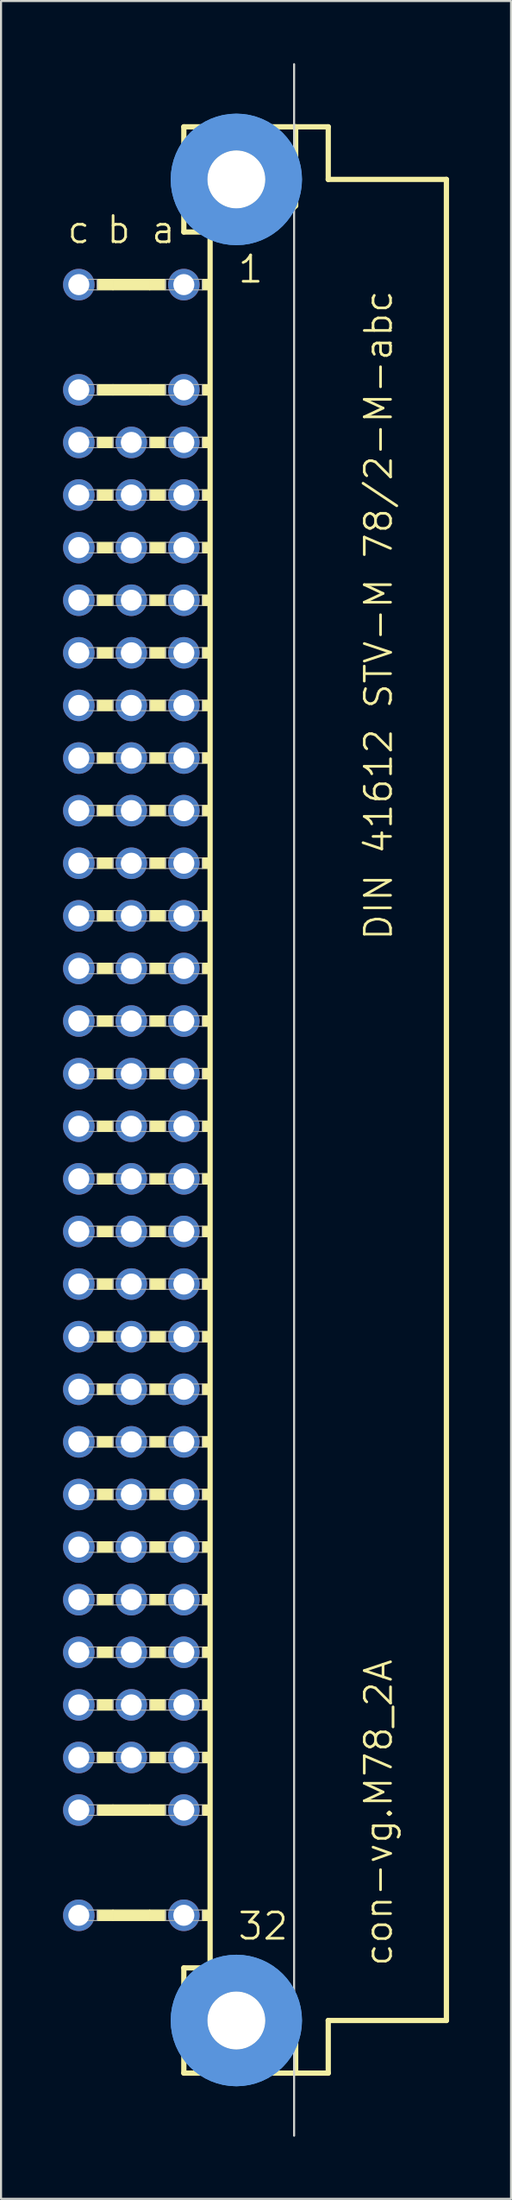
<source format=kicad_pcb>
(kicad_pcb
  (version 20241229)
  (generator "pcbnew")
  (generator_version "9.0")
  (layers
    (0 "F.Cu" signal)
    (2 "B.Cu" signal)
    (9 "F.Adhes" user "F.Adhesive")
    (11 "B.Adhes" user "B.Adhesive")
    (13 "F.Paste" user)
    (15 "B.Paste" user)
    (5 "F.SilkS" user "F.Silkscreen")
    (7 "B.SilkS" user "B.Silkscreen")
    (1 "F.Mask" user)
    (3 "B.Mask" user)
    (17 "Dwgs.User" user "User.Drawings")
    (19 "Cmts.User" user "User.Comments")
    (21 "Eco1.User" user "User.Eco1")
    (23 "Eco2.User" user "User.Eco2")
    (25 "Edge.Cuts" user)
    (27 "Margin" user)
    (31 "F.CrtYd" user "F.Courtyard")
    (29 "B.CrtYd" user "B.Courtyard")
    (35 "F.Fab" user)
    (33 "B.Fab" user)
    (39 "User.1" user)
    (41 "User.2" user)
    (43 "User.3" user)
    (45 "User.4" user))
  (footprint "con-vg.M78_2A"
    (layer "F.Cu")
    (at 8.382 50.063)
    (property "Reference" "con-vg.M78_2A" (at 7.62 41.91 90) (layer "F.SilkS") (effects (font (size 1.27 1.27) (thickness 0.13)) (justify left bottom)))
    (attr through_hole)
    (fp_line (start -2.54 -46.99) (end -2.54 -41.91) (stroke (width 0.254) (type default)) (layer "F.SilkS"))
    (fp_line (start -2.54 -41.91) (end -1.27 -41.91) (stroke (width 0.254) (type default)) (layer "F.SilkS"))
    (fp_line (start -2.54 41.91) (end -2.54 46.99) (stroke (width 0.254) (type default)) (layer "F.SilkS"))
    (fp_line (start -2.54 41.91) (end -1.27 41.91) (stroke (width 0.254) (type default)) (layer "F.SilkS"))
    (fp_line (start -2.54 46.99) (end 2.87 46.99) (stroke (width 0.254) (type default)) (layer "F.SilkS"))
    (fp_line (start -1.27 -41.91) (end -1.27 41.91) (stroke (width 0.254) (type default)) (layer "F.SilkS"))
    (fp_line (start -1.27 -41.91) (end 1.6 -41.91) (stroke (width 0.254) (type default)) (layer "F.SilkS"))
    (fp_line (start -1.27 41.91) (end 1.27 41.91) (stroke (width 0.254) (type default)) (layer "F.SilkS"))
    (fp_line (start 1.6 -41.91) (end 2.87 -43.18) (stroke (width 0.254) (type default)) (layer "F.SilkS"))
    (fp_line (start 2.87 -46.99) (end -2.54 -46.99) (stroke (width 0.254) (type default)) (layer "F.SilkS"))
    (fp_line (start 2.87 -43.18) (end 2.87 -46.99) (stroke (width 0.254) (type default)) (layer "F.SilkS"))
    (fp_line (start 2.87 43.51) (end 1.27 41.91) (stroke (width 0.254) (type default)) (layer "F.SilkS"))
    (fp_line (start 2.87 43.51) (end 2.87 46.99) (stroke (width 0.254) (type default)) (layer "F.SilkS"))
    (fp_line (start 2.87 46.99) (end 4.445 46.99) (stroke (width 0.254) (type default)) (layer "F.SilkS"))
    (fp_line (start 4.445 -46.99) (end 2.87 -46.99) (stroke (width 0.254) (type default)) (layer "F.SilkS"))
    (fp_line (start 4.445 -44.45) (end 4.445 -46.99) (stroke (width 0.254) (type default)) (layer "F.SilkS"))
    (fp_line (start 4.445 44.45) (end 10.16 44.45) (stroke (width 0.254) (type default)) (layer "F.SilkS"))
    (fp_line (start 4.445 46.99) (end 4.445 44.45) (stroke (width 0.254) (type default)) (layer "F.SilkS"))
    (fp_line (start 10.16 -44.45) (end 4.445 -44.45) (stroke (width 0.254) (type default)) (layer "F.SilkS"))
    (fp_line (start 10.16 44.45) (end 10.16 -44.45) (stroke (width 0.254) (type default)) (layer "F.SilkS"))
    (fp_rect (start -6.731 -39.116) (end -5.969 -39.624) (stroke (width 0.05) (type default)) (fill yes) (layer "F.SilkS"))
    (fp_rect (start -6.731 -34.036) (end -5.969 -34.544) (stroke (width 0.05) (type default)) (fill yes) (layer "F.SilkS"))
    (fp_rect (start -6.731 -31.496) (end -5.969 -32.004) (stroke (width 0.05) (type default)) (fill yes) (layer "F.SilkS"))
    (fp_rect (start -6.731 -28.956) (end -5.969 -29.464) (stroke (width 0.05) (type default)) (fill yes) (layer "F.SilkS"))
    (fp_rect (start -6.731 -26.416) (end -5.969 -26.924) (stroke (width 0.05) (type default)) (fill yes) (layer "F.SilkS"))
    (fp_rect (start -6.731 -23.876) (end -5.969 -24.384) (stroke (width 0.05) (type default)) (fill yes) (layer "F.SilkS"))
    (fp_rect (start -6.731 -21.336) (end -5.969 -21.844) (stroke (width 0.05) (type default)) (fill yes) (layer "F.SilkS"))
    (fp_rect (start -6.731 -18.796) (end -5.969 -19.304) (stroke (width 0.05) (type default)) (fill yes) (layer "F.SilkS"))
    (fp_rect (start -6.731 -16.256) (end -5.969 -16.764) (stroke (width 0.05) (type default)) (fill yes) (layer "F.SilkS"))
    (fp_rect (start -6.731 -13.716) (end -5.969 -14.224) (stroke (width 0.05) (type default)) (fill yes) (layer "F.SilkS"))
    (fp_rect (start -6.731 -11.176) (end -5.969 -11.684) (stroke (width 0.05) (type default)) (fill yes) (layer "F.SilkS"))
    (fp_rect (start -6.731 -8.636) (end -5.969 -9.144) (stroke (width 0.05) (type default)) (fill yes) (layer "F.SilkS"))
    (fp_rect (start -6.731 -6.096) (end -5.969 -6.604) (stroke (width 0.05) (type default)) (fill yes) (layer "F.SilkS"))
    (fp_rect (start -6.731 -3.556) (end -5.969 -4.064) (stroke (width 0.05) (type default)) (fill yes) (layer "F.SilkS"))
    (fp_rect (start -6.731 -1.016) (end -5.969 -1.524) (stroke (width 0.05) (type default)) (fill yes) (layer "F.SilkS"))
    (fp_rect (start -6.731 1.524) (end -5.969 1.016) (stroke (width 0.05) (type default)) (fill yes) (layer "F.SilkS"))
    (fp_rect (start -6.731 4.064) (end -5.969 3.556) (stroke (width 0.05) (type default)) (fill yes) (layer "F.SilkS"))
    (fp_rect (start -6.731 6.604) (end -5.969 6.096) (stroke (width 0.05) (type default)) (fill yes) (layer "F.SilkS"))
    (fp_rect (start -6.731 9.144) (end -5.969 8.636) (stroke (width 0.05) (type default)) (fill yes) (layer "F.SilkS"))
    (fp_rect (start -6.731 11.684) (end -5.969 11.176) (stroke (width 0.05) (type default)) (fill yes) (layer "F.SilkS"))
    (fp_rect (start -6.731 14.224) (end -5.969 13.716) (stroke (width 0.05) (type default)) (fill yes) (layer "F.SilkS"))
    (fp_rect (start -6.731 16.764) (end -5.969 16.256) (stroke (width 0.05) (type default)) (fill yes) (layer "F.SilkS"))
    (fp_rect (start -6.731 19.304) (end -5.969 18.796) (stroke (width 0.05) (type default)) (fill yes) (layer "F.SilkS"))
    (fp_rect (start -6.731 21.844) (end -5.969 21.336) (stroke (width 0.05) (type default)) (fill yes) (layer "F.SilkS"))
    (fp_rect (start -6.731 24.384) (end -5.969 23.876) (stroke (width 0.05) (type default)) (fill yes) (layer "F.SilkS"))
    (fp_rect (start -6.731 26.924) (end -5.969 26.416) (stroke (width 0.05) (type default)) (fill yes) (layer "F.SilkS"))
    (fp_rect (start -6.731 29.464) (end -5.969 28.956) (stroke (width 0.05) (type default)) (fill yes) (layer "F.SilkS"))
    (fp_rect (start -6.731 32.004) (end -5.969 31.496) (stroke (width 0.05) (type default)) (fill yes) (layer "F.SilkS"))
    (fp_rect (start -6.731 34.544) (end -5.969 34.036) (stroke (width 0.05) (type default)) (fill yes) (layer "F.SilkS"))
    (fp_rect (start -6.731 39.624) (end -5.969 39.116) (stroke (width 0.05) (type default)) (fill yes) (layer "F.SilkS"))
    (fp_rect (start -5.969 -39.116) (end -4.191 -39.624) (stroke (width 0.05) (type default)) (fill yes) (layer "F.SilkS"))
    (fp_rect (start -5.969 -34.036) (end -4.191 -34.544) (stroke (width 0.05) (type default)) (fill yes) (layer "F.SilkS"))
    (fp_rect (start -5.969 34.544) (end -4.191 34.036) (stroke (width 0.05) (type default)) (fill yes) (layer "F.SilkS"))
    (fp_rect (start -5.969 39.624) (end -4.191 39.116) (stroke (width 0.05) (type default)) (fill yes) (layer "F.SilkS"))
    (fp_rect (start -4.191 -39.116) (end -3.429 -39.624) (stroke (width 0.05) (type default)) (fill yes) (layer "F.SilkS"))
    (fp_rect (start -4.191 -34.036) (end -3.429 -34.544) (stroke (width 0.05) (type default)) (fill yes) (layer "F.SilkS"))
    (fp_rect (start -4.191 -31.496) (end -3.429 -32.004) (stroke (width 0.05) (type default)) (fill yes) (layer "F.SilkS"))
    (fp_rect (start -4.191 -28.956) (end -3.429 -29.464) (stroke (width 0.05) (type default)) (fill yes) (layer "F.SilkS"))
    (fp_rect (start -4.191 -26.416) (end -3.429 -26.924) (stroke (width 0.05) (type default)) (fill yes) (layer "F.SilkS"))
    (fp_rect (start -4.191 -23.876) (end -3.429 -24.384) (stroke (width 0.05) (type default)) (fill yes) (layer "F.SilkS"))
    (fp_rect (start -4.191 -21.336) (end -3.429 -21.844) (stroke (width 0.05) (type default)) (fill yes) (layer "F.SilkS"))
    (fp_rect (start -4.191 -18.796) (end -3.429 -19.304) (stroke (width 0.05) (type default)) (fill yes) (layer "F.SilkS"))
    (fp_rect (start -4.191 -16.256) (end -3.429 -16.764) (stroke (width 0.05) (type default)) (fill yes) (layer "F.SilkS"))
    (fp_rect (start -4.191 -13.716) (end -3.429 -14.224) (stroke (width 0.05) (type default)) (fill yes) (layer "F.SilkS"))
    (fp_rect (start -4.191 -11.176) (end -3.429 -11.684) (stroke (width 0.05) (type default)) (fill yes) (layer "F.SilkS"))
    (fp_rect (start -4.191 -8.636) (end -3.429 -9.144) (stroke (width 0.05) (type default)) (fill yes) (layer "F.SilkS"))
    (fp_rect (start -4.191 -6.096) (end -3.429 -6.604) (stroke (width 0.05) (type default)) (fill yes) (layer "F.SilkS"))
    (fp_rect (start -4.191 -3.556) (end -3.429 -4.064) (stroke (width 0.05) (type default)) (fill yes) (layer "F.SilkS"))
    (fp_rect (start -4.191 -1.016) (end -3.429 -1.524) (stroke (width 0.05) (type default)) (fill yes) (layer "F.SilkS"))
    (fp_rect (start -4.191 1.524) (end -3.429 1.016) (stroke (width 0.05) (type default)) (fill yes) (layer "F.SilkS"))
    (fp_rect (start -4.191 4.064) (end -3.429 3.556) (stroke (width 0.05) (type default)) (fill yes) (layer "F.SilkS"))
    (fp_rect (start -4.191 6.604) (end -3.429 6.096) (stroke (width 0.05) (type default)) (fill yes) (layer "F.SilkS"))
    (fp_rect (start -4.191 9.144) (end -3.429 8.636) (stroke (width 0.05) (type default)) (fill yes) (layer "F.SilkS"))
    (fp_rect (start -4.191 11.684) (end -3.429 11.176) (stroke (width 0.05) (type default)) (fill yes) (layer "F.SilkS"))
    (fp_rect (start -4.191 14.224) (end -3.429 13.716) (stroke (width 0.05) (type default)) (fill yes) (layer "F.SilkS"))
    (fp_rect (start -4.191 16.764) (end -3.429 16.256) (stroke (width 0.05) (type default)) (fill yes) (layer "F.SilkS"))
    (fp_rect (start -4.191 19.304) (end -3.429 18.796) (stroke (width 0.05) (type default)) (fill yes) (layer "F.SilkS"))
    (fp_rect (start -4.191 21.844) (end -3.429 21.336) (stroke (width 0.05) (type default)) (fill yes) (layer "F.SilkS"))
    (fp_rect (start -4.191 24.384) (end -3.429 23.876) (stroke (width 0.05) (type default)) (fill yes) (layer "F.SilkS"))
    (fp_rect (start -4.191 26.924) (end -3.429 26.416) (stroke (width 0.05) (type default)) (fill yes) (layer "F.SilkS"))
    (fp_rect (start -4.191 29.464) (end -3.429 28.956) (stroke (width 0.05) (type default)) (fill yes) (layer "F.SilkS"))
    (fp_rect (start -4.191 32.004) (end -3.429 31.496) (stroke (width 0.05) (type default)) (fill yes) (layer "F.SilkS"))
    (fp_rect (start -4.191 34.544) (end -3.429 34.036) (stroke (width 0.05) (type default)) (fill yes) (layer "F.SilkS"))
    (fp_rect (start -4.191 39.624) (end -3.429 39.116) (stroke (width 0.05) (type default)) (fill yes) (layer "F.SilkS"))
    (fp_rect (start -1.651 -39.116) (end -1.27 -39.624) (stroke (width 0.05) (type default)) (fill yes) (layer "F.SilkS"))
    (fp_rect (start -1.651 -34.036) (end -1.27 -34.544) (stroke (width 0.05) (type default)) (fill yes) (layer "F.SilkS"))
    (fp_rect (start -1.651 -31.496) (end -1.27 -32.004) (stroke (width 0.05) (type default)) (fill yes) (layer "F.SilkS"))
    (fp_rect (start -1.651 -28.956) (end -1.27 -29.464) (stroke (width 0.05) (type default)) (fill yes) (layer "F.SilkS"))
    (fp_rect (start -1.651 -26.416) (end -1.27 -26.924) (stroke (width 0.05) (type default)) (fill yes) (layer "F.SilkS"))
    (fp_rect (start -1.651 -23.876) (end -1.27 -24.384) (stroke (width 0.05) (type default)) (fill yes) (layer "F.SilkS"))
    (fp_rect (start -1.651 -21.336) (end -1.27 -21.844) (stroke (width 0.05) (type default)) (fill yes) (layer "F.SilkS"))
    (fp_rect (start -1.651 -18.796) (end -1.27 -19.304) (stroke (width 0.05) (type default)) (fill yes) (layer "F.SilkS"))
    (fp_rect (start -1.651 -16.256) (end -1.27 -16.764) (stroke (width 0.05) (type default)) (fill yes) (layer "F.SilkS"))
    (fp_rect (start -1.651 -13.716) (end -1.27 -14.224) (stroke (width 0.05) (type default)) (fill yes) (layer "F.SilkS"))
    (fp_rect (start -1.651 -11.176) (end -1.27 -11.684) (stroke (width 0.05) (type default)) (fill yes) (layer "F.SilkS"))
    (fp_rect (start -1.651 -8.636) (end -1.27 -9.144) (stroke (width 0.05) (type default)) (fill yes) (layer "F.SilkS"))
    (fp_rect (start -1.651 -6.096) (end -1.27 -6.604) (stroke (width 0.05) (type default)) (fill yes) (layer "F.SilkS"))
    (fp_rect (start -1.651 -3.556) (end -1.27 -4.064) (stroke (width 0.05) (type default)) (fill yes) (layer "F.SilkS"))
    (fp_rect (start -1.651 -1.016) (end -1.27 -1.524) (stroke (width 0.05) (type default)) (fill yes) (layer "F.SilkS"))
    (fp_rect (start -1.651 1.524) (end -1.27 1.016) (stroke (width 0.05) (type default)) (fill yes) (layer "F.SilkS"))
    (fp_rect (start -1.651 4.064) (end -1.27 3.556) (stroke (width 0.05) (type default)) (fill yes) (layer "F.SilkS"))
    (fp_rect (start -1.651 6.604) (end -1.27 6.096) (stroke (width 0.05) (type default)) (fill yes) (layer "F.SilkS"))
    (fp_rect (start -1.651 9.144) (end -1.27 8.636) (stroke (width 0.05) (type default)) (fill yes) (layer "F.SilkS"))
    (fp_rect (start -1.651 11.684) (end -1.27 11.176) (stroke (width 0.05) (type default)) (fill yes) (layer "F.SilkS"))
    (fp_rect (start -1.651 14.224) (end -1.27 13.716) (stroke (width 0.05) (type default)) (fill yes) (layer "F.SilkS"))
    (fp_rect (start -1.651 16.764) (end -1.27 16.256) (stroke (width 0.05) (type default)) (fill yes) (layer "F.SilkS"))
    (fp_rect (start -1.651 19.304) (end -1.27 18.796) (stroke (width 0.05) (type default)) (fill yes) (layer "F.SilkS"))
    (fp_rect (start -1.651 21.844) (end -1.27 21.336) (stroke (width 0.05) (type default)) (fill yes) (layer "F.SilkS"))
    (fp_rect (start -1.651 24.384) (end -1.27 23.876) (stroke (width 0.05) (type default)) (fill yes) (layer "F.SilkS"))
    (fp_rect (start -1.651 26.924) (end -1.27 26.416) (stroke (width 0.05) (type default)) (fill yes) (layer "F.SilkS"))
    (fp_rect (start -1.651 29.464) (end -1.27 28.956) (stroke (width 0.05) (type default)) (fill yes) (layer "F.SilkS"))
    (fp_rect (start -1.651 32.004) (end -1.27 31.496) (stroke (width 0.05) (type default)) (fill yes) (layer "F.SilkS"))
    (fp_rect (start -1.651 34.544) (end -1.27 34.036) (stroke (width 0.05) (type default)) (fill yes) (layer "F.SilkS"))
    (fp_rect (start -1.651 39.624) (end -1.27 39.116) (stroke (width 0.05) (type default)) (fill yes) (layer "F.SilkS"))
    (fp_circle (center 0 -44.45) (end 1.27 -44.45) (stroke (width 0.254) (type default)) (fill no) (layer "F.SilkS"))
    (fp_circle (center 0 44.45) (end 1.27 44.45) (stroke (width 0.254) (type default)) (fill no) (layer "F.SilkS"))
    (fp_circle (center 0 -44.45) (end 2.286 -44.45) (stroke (width 1.778) (type default)) (fill no) (layer "Cmts.User"))
    (fp_circle (center 0 -44.45) (end 2.286 -44.45) (stroke (width 1.778) (type default)) (fill no) (layer "Cmts.User"))
    (fp_circle (center 0 44.45) (end 2.286 44.45) (stroke (width 1.778) (type default)) (fill no) (layer "Cmts.User"))
    (fp_circle (center 0 44.45) (end 2.286 44.45) (stroke (width 1.778) (type default)) (fill no) (layer "Cmts.User"))
    (fp_line (start 2.794 50.013) (end 2.794 -50.013) (stroke (width 0.1) (type default)) (layer "Edge.Cuts"))
    (fp_rect (start -7.874 -39.116) (end -6.731 -39.624) (stroke (width 0.05) (type default)) (fill no) (layer "F.Fab"))
    (fp_rect (start -7.874 -34.036) (end -6.731 -34.544) (stroke (width 0.05) (type default)) (fill no) (layer "F.Fab"))
    (fp_rect (start -7.874 -31.496) (end -6.731 -32.004) (stroke (width 0.05) (type default)) (fill no) (layer "F.Fab"))
    (fp_rect (start -7.874 -28.956) (end -6.731 -29.464) (stroke (width 0.05) (type default)) (fill no) (layer "F.Fab"))
    (fp_rect (start -7.874 -26.416) (end -6.731 -26.924) (stroke (width 0.05) (type default)) (fill no) (layer "F.Fab"))
    (fp_rect (start -7.874 -23.876) (end -6.731 -24.384) (stroke (width 0.05) (type default)) (fill no) (layer "F.Fab"))
    (fp_rect (start -7.874 -21.336) (end -6.731 -21.844) (stroke (width 0.05) (type default)) (fill no) (layer "F.Fab"))
    (fp_rect (start -7.874 -18.796) (end -6.731 -19.304) (stroke (width 0.05) (type default)) (fill no) (layer "F.Fab"))
    (fp_rect (start -7.874 -16.256) (end -6.731 -16.764) (stroke (width 0.05) (type default)) (fill no) (layer "F.Fab"))
    (fp_rect (start -7.874 -13.716) (end -6.731 -14.224) (stroke (width 0.05) (type default)) (fill no) (layer "F.Fab"))
    (fp_rect (start -7.874 -11.176) (end -6.731 -11.684) (stroke (width 0.05) (type default)) (fill no) (layer "F.Fab"))
    (fp_rect (start -7.874 -8.636) (end -6.731 -9.144) (stroke (width 0.05) (type default)) (fill no) (layer "F.Fab"))
    (fp_rect (start -7.874 -6.096) (end -6.731 -6.604) (stroke (width 0.05) (type default)) (fill no) (layer "F.Fab"))
    (fp_rect (start -7.874 -3.556) (end -6.731 -4.064) (stroke (width 0.05) (type default)) (fill no) (layer "F.Fab"))
    (fp_rect (start -7.874 -1.016) (end -6.731 -1.524) (stroke (width 0.05) (type default)) (fill no) (layer "F.Fab"))
    (fp_rect (start -7.874 1.524) (end -6.731 1.016) (stroke (width 0.05) (type default)) (fill no) (layer "F.Fab"))
    (fp_rect (start -7.874 4.064) (end -6.731 3.556) (stroke (width 0.05) (type default)) (fill no) (layer "F.Fab"))
    (fp_rect (start -7.874 6.604) (end -6.731 6.096) (stroke (width 0.05) (type default)) (fill no) (layer "F.Fab"))
    (fp_rect (start -7.874 9.144) (end -6.731 8.636) (stroke (width 0.05) (type default)) (fill no) (layer "F.Fab"))
    (fp_rect (start -7.874 11.684) (end -6.731 11.176) (stroke (width 0.05) (type default)) (fill no) (layer "F.Fab"))
    (fp_rect (start -7.874 14.224) (end -6.731 13.716) (stroke (width 0.05) (type default)) (fill no) (layer "F.Fab"))
    (fp_rect (start -7.874 16.764) (end -6.731 16.256) (stroke (width 0.05) (type default)) (fill no) (layer "F.Fab"))
    (fp_rect (start -7.874 19.304) (end -6.731 18.796) (stroke (width 0.05) (type default)) (fill no) (layer "F.Fab"))
    (fp_rect (start -7.874 21.844) (end -6.731 21.336) (stroke (width 0.05) (type default)) (fill no) (layer "F.Fab"))
    (fp_rect (start -7.874 24.384) (end -6.731 23.876) (stroke (width 0.05) (type default)) (fill no) (layer "F.Fab"))
    (fp_rect (start -7.874 26.924) (end -6.731 26.416) (stroke (width 0.05) (type default)) (fill no) (layer "F.Fab"))
    (fp_rect (start -7.874 29.464) (end -6.731 28.956) (stroke (width 0.05) (type default)) (fill no) (layer "F.Fab"))
    (fp_rect (start -7.874 32.004) (end -6.731 31.496) (stroke (width 0.05) (type default)) (fill no) (layer "F.Fab"))
    (fp_rect (start -7.874 34.544) (end -6.731 34.036) (stroke (width 0.05) (type default)) (fill no) (layer "F.Fab"))
    (fp_rect (start -7.874 39.624) (end -6.731 39.116) (stroke (width 0.05) (type default)) (fill no) (layer "F.Fab"))
    (fp_rect (start -5.969 -31.496) (end -4.191 -32.004) (stroke (width 0.05) (type default)) (fill no) (layer "F.Fab"))
    (fp_rect (start -5.969 -28.956) (end -4.191 -29.464) (stroke (width 0.05) (type default)) (fill no) (layer "F.Fab"))
    (fp_rect (start -5.969 -26.416) (end -4.191 -26.924) (stroke (width 0.05) (type default)) (fill no) (layer "F.Fab"))
    (fp_rect (start -5.969 -23.876) (end -4.191 -24.384) (stroke (width 0.05) (type default)) (fill no) (layer "F.Fab"))
    (fp_rect (start -5.969 -21.336) (end -4.191 -21.844) (stroke (width 0.05) (type default)) (fill no) (layer "F.Fab"))
    (fp_rect (start -5.969 -18.796) (end -4.191 -19.304) (stroke (width 0.05) (type default)) (fill no) (layer "F.Fab"))
    (fp_rect (start -5.969 -16.256) (end -4.191 -16.764) (stroke (width 0.05) (type default)) (fill no) (layer "F.Fab"))
    (fp_rect (start -5.969 -13.716) (end -4.191 -14.224) (stroke (width 0.05) (type default)) (fill no) (layer "F.Fab"))
    (fp_rect (start -5.969 -11.176) (end -4.191 -11.684) (stroke (width 0.05) (type default)) (fill no) (layer "F.Fab"))
    (fp_rect (start -5.969 -8.636) (end -4.191 -9.144) (stroke (width 0.05) (type default)) (fill no) (layer "F.Fab"))
    (fp_rect (start -5.969 -6.096) (end -4.191 -6.604) (stroke (width 0.05) (type default)) (fill no) (layer "F.Fab"))
    (fp_rect (start -5.969 -3.556) (end -4.191 -4.064) (stroke (width 0.05) (type default)) (fill no) (layer "F.Fab"))
    (fp_rect (start -5.969 -1.016) (end -4.191 -1.524) (stroke (width 0.05) (type default)) (fill no) (layer "F.Fab"))
    (fp_rect (start -5.969 1.524) (end -4.191 1.016) (stroke (width 0.05) (type default)) (fill no) (layer "F.Fab"))
    (fp_rect (start -5.969 4.064) (end -4.191 3.556) (stroke (width 0.05) (type default)) (fill no) (layer "F.Fab"))
    (fp_rect (start -5.969 6.604) (end -4.191 6.096) (stroke (width 0.05) (type default)) (fill no) (layer "F.Fab"))
    (fp_rect (start -5.969 9.144) (end -4.191 8.636) (stroke (width 0.05) (type default)) (fill no) (layer "F.Fab"))
    (fp_rect (start -5.969 11.684) (end -4.191 11.176) (stroke (width 0.05) (type default)) (fill no) (layer "F.Fab"))
    (fp_rect (start -5.969 14.224) (end -4.191 13.716) (stroke (width 0.05) (type default)) (fill no) (layer "F.Fab"))
    (fp_rect (start -5.969 16.764) (end -4.191 16.256) (stroke (width 0.05) (type default)) (fill no) (layer "F.Fab"))
    (fp_rect (start -5.969 19.304) (end -4.191 18.796) (stroke (width 0.05) (type default)) (fill no) (layer "F.Fab"))
    (fp_rect (start -5.969 21.844) (end -4.191 21.336) (stroke (width 0.05) (type default)) (fill no) (layer "F.Fab"))
    (fp_rect (start -5.969 24.384) (end -4.191 23.876) (stroke (width 0.05) (type default)) (fill no) (layer "F.Fab"))
    (fp_rect (start -5.969 26.924) (end -4.191 26.416) (stroke (width 0.05) (type default)) (fill no) (layer "F.Fab"))
    (fp_rect (start -5.969 29.464) (end -4.191 28.956) (stroke (width 0.05) (type default)) (fill no) (layer "F.Fab"))
    (fp_rect (start -5.969 32.004) (end -4.191 31.496) (stroke (width 0.05) (type default)) (fill no) (layer "F.Fab"))
    (fp_rect (start -3.429 -39.116) (end -1.651 -39.624) (stroke (width 0.05) (type default)) (fill no) (layer "F.Fab"))
    (fp_rect (start -3.429 -34.036) (end -1.651 -34.544) (stroke (width 0.05) (type default)) (fill no) (layer "F.Fab"))
    (fp_rect (start -3.429 -31.496) (end -1.651 -32.004) (stroke (width 0.05) (type default)) (fill no) (layer "F.Fab"))
    (fp_rect (start -3.429 -28.956) (end -1.651 -29.464) (stroke (width 0.05) (type default)) (fill no) (layer "F.Fab"))
    (fp_rect (start -3.429 -26.416) (end -1.651 -26.924) (stroke (width 0.05) (type default)) (fill no) (layer "F.Fab"))
    (fp_rect (start -3.429 -23.876) (end -1.651 -24.384) (stroke (width 0.05) (type default)) (fill no) (layer "F.Fab"))
    (fp_rect (start -3.429 -21.336) (end -1.651 -21.844) (stroke (width 0.05) (type default)) (fill no) (layer "F.Fab"))
    (fp_rect (start -3.429 -18.796) (end -1.651 -19.304) (stroke (width 0.05) (type default)) (fill no) (layer "F.Fab"))
    (fp_rect (start -3.429 -16.256) (end -1.651 -16.764) (stroke (width 0.05) (type default)) (fill no) (layer "F.Fab"))
    (fp_rect (start -3.429 -13.716) (end -1.651 -14.224) (stroke (width 0.05) (type default)) (fill no) (layer "F.Fab"))
    (fp_rect (start -3.429 -11.176) (end -1.651 -11.684) (stroke (width 0.05) (type default)) (fill no) (layer "F.Fab"))
    (fp_rect (start -3.429 -8.636) (end -1.651 -9.144) (stroke (width 0.05) (type default)) (fill no) (layer "F.Fab"))
    (fp_rect (start -3.429 -6.096) (end -1.651 -6.604) (stroke (width 0.05) (type default)) (fill no) (layer "F.Fab"))
    (fp_rect (start -3.429 -3.556) (end -1.651 -4.064) (stroke (width 0.05) (type default)) (fill no) (layer "F.Fab"))
    (fp_rect (start -3.429 -1.016) (end -1.651 -1.524) (stroke (width 0.05) (type default)) (fill no) (layer "F.Fab"))
    (fp_rect (start -3.429 1.524) (end -1.651 1.016) (stroke (width 0.05) (type default)) (fill no) (layer "F.Fab"))
    (fp_rect (start -3.429 4.064) (end -1.651 3.556) (stroke (width 0.05) (type default)) (fill no) (layer "F.Fab"))
    (fp_rect (start -3.429 6.604) (end -1.651 6.096) (stroke (width 0.05) (type default)) (fill no) (layer "F.Fab"))
    (fp_rect (start -3.429 9.144) (end -1.651 8.636) (stroke (width 0.05) (type default)) (fill no) (layer "F.Fab"))
    (fp_rect (start -3.429 11.684) (end -1.651 11.176) (stroke (width 0.05) (type default)) (fill no) (layer "F.Fab"))
    (fp_rect (start -3.429 14.224) (end -1.651 13.716) (stroke (width 0.05) (type default)) (fill no) (layer "F.Fab"))
    (fp_rect (start -3.429 16.764) (end -1.651 16.256) (stroke (width 0.05) (type default)) (fill no) (layer "F.Fab"))
    (fp_rect (start -3.429 19.304) (end -1.651 18.796) (stroke (width 0.05) (type default)) (fill no) (layer "F.Fab"))
    (fp_rect (start -3.429 21.844) (end -1.651 21.336) (stroke (width 0.05) (type default)) (fill no) (layer "F.Fab"))
    (fp_rect (start -3.429 24.384) (end -1.651 23.876) (stroke (width 0.05) (type default)) (fill no) (layer "F.Fab"))
    (fp_rect (start -3.429 26.924) (end -1.651 26.416) (stroke (width 0.05) (type default)) (fill no) (layer "F.Fab"))
    (fp_rect (start -3.429 29.464) (end -1.651 28.956) (stroke (width 0.05) (type default)) (fill no) (layer "F.Fab"))
    (fp_rect (start -3.429 32.004) (end -1.651 31.496) (stroke (width 0.05) (type default)) (fill no) (layer "F.Fab"))
    (fp_rect (start -3.429 34.544) (end -1.651 34.036) (stroke (width 0.05) (type default)) (fill no) (layer "F.Fab"))
    (fp_rect (start -3.429 39.624) (end -1.651 39.116) (stroke (width 0.05) (type default)) (fill no) (layer "F.Fab"))
    (fp_text user "32" (at 0 40.64 0) (layer "F.SilkS") (effects (font (size 1.27 1.27) (thickness 0.13)) (justify left bottom)))
    (fp_text user "DIN 41612 STV-M 78/2-M-abc" (at 7.62 -7.62 90) (layer "F.SilkS") (effects (font (size 1.27 1.27) (thickness 0.13)) (justify left bottom)))
    (fp_text user "1" (at 0 -39.37 0) (layer "F.SilkS") (effects (font (size 1.27 1.27) (thickness 0.13)) (justify left bottom)))
    (fp_text user "a" (at -4.191 -41.275 0) (layer "F.SilkS") (effects (font (size 1.27 1.27) (thickness 0.13)) (justify left bottom)))
    (fp_text user "c" (at -8.255 -41.275 0) (layer "F.SilkS") (effects (font (size 1.27 1.27) (thickness 0.13)) (justify left bottom)))
    (fp_text user "b" (at -6.35 -41.275 0) (layer "F.SilkS") (effects (font (size 1.27 1.27) (thickness 0.13)) (justify left bottom)))
    (pad "" np_thru_hole circle (at 0 -44.45) (size 2.794 2.794) (drill 2.794) (layers "*.Cu" "*.Mask"))
    (pad "" np_thru_hole circle (at 0 44.45) (size 2.794 2.794) (drill 2.794) (layers "*.Cu" "*.Mask"))
    (pad "A1" thru_hole circle (at -2.54 -39.37) (size 1.524 1.524) (drill 1.016) (layers "*.Cu" "*.Mask"))
    (pad "A3" thru_hole circle (at -2.54 -34.29) (size 1.524 1.524) (drill 1.016) (layers "*.Cu" "*.Mask"))
    (pad "A4" thru_hole circle (at -2.54 -31.75) (size 1.524 1.524) (drill 1.016) (layers "*.Cu" "*.Mask"))
    (pad "A5" thru_hole circle (at -2.54 -29.21) (size 1.524 1.524) (drill 1.016) (layers "*.Cu" "*.Mask"))
    (pad "A6" thru_hole circle (at -2.54 -26.67) (size 1.524 1.524) (drill 1.016) (layers "*.Cu" "*.Mask"))
    (pad "A7" thru_hole circle (at -2.54 -24.13) (size 1.524 1.524) (drill 1.016) (layers "*.Cu" "*.Mask"))
    (pad "A8" thru_hole circle (at -2.54 -21.59) (size 1.524 1.524) (drill 1.016) (layers "*.Cu" "*.Mask"))
    (pad "A9" thru_hole circle (at -2.54 -19.05) (size 1.524 1.524) (drill 1.016) (layers "*.Cu" "*.Mask"))
    (pad "A10" thru_hole circle (at -2.54 -16.51) (size 1.524 1.524) (drill 1.016) (layers "*.Cu" "*.Mask"))
    (pad "A11" thru_hole circle (at -2.54 -13.97) (size 1.524 1.524) (drill 1.016) (layers "*.Cu" "*.Mask"))
    (pad "A12" thru_hole circle (at -2.54 -11.43) (size 1.524 1.524) (drill 1.016) (layers "*.Cu" "*.Mask"))
    (pad "A13" thru_hole circle (at -2.54 -8.89) (size 1.524 1.524) (drill 1.016) (layers "*.Cu" "*.Mask"))
    (pad "A14" thru_hole circle (at -2.54 -6.35) (size 1.524 1.524) (drill 1.016) (layers "*.Cu" "*.Mask"))
    (pad "A15" thru_hole circle (at -2.54 -3.81) (size 1.524 1.524) (drill 1.016) (layers "*.Cu" "*.Mask"))
    (pad "A16" thru_hole circle (at -2.54 -1.27) (size 1.524 1.524) (drill 1.016) (layers "*.Cu" "*.Mask"))
    (pad "A17" thru_hole circle (at -2.54 1.27) (size 1.524 1.524) (drill 1.016) (layers "*.Cu" "*.Mask"))
    (pad "A18" thru_hole circle (at -2.54 3.81) (size 1.524 1.524) (drill 1.016) (layers "*.Cu" "*.Mask"))
    (pad "A19" thru_hole circle (at -2.54 6.35) (size 1.524 1.524) (drill 1.016) (layers "*.Cu" "*.Mask"))
    (pad "A20" thru_hole circle (at -2.54 8.89) (size 1.524 1.524) (drill 1.016) (layers "*.Cu" "*.Mask"))
    (pad "A21" thru_hole circle (at -2.54 11.43) (size 1.524 1.524) (drill 1.016) (layers "*.Cu" "*.Mask"))
    (pad "A22" thru_hole circle (at -2.54 13.97) (size 1.524 1.524) (drill 1.016) (layers "*.Cu" "*.Mask"))
    (pad "A23" thru_hole circle (at -2.54 16.51) (size 1.524 1.524) (drill 1.016) (layers "*.Cu" "*.Mask"))
    (pad "A24" thru_hole circle (at -2.54 19.05) (size 1.524 1.524) (drill 1.016) (layers "*.Cu" "*.Mask"))
    (pad "A25" thru_hole circle (at -2.54 21.59) (size 1.524 1.524) (drill 1.016) (layers "*.Cu" "*.Mask"))
    (pad "A26" thru_hole circle (at -2.54 24.13) (size 1.524 1.524) (drill 1.016) (layers "*.Cu" "*.Mask"))
    (pad "A27" thru_hole circle (at -2.54 26.67) (size 1.524 1.524) (drill 1.016) (layers "*.Cu" "*.Mask"))
    (pad "A28" thru_hole circle (at -2.54 29.21) (size 1.524 1.524) (drill 1.016) (layers "*.Cu" "*.Mask"))
    (pad "A29" thru_hole circle (at -2.54 31.75) (size 1.524 1.524) (drill 1.016) (layers "*.Cu" "*.Mask"))
    (pad "A30" thru_hole circle (at -2.54 34.29) (size 1.524 1.524) (drill 1.016) (layers "*.Cu" "*.Mask"))
    (pad "A32" thru_hole circle (at -2.54 39.37) (size 1.524 1.524) (drill 1.016) (layers "*.Cu" "*.Mask"))
    (pad "B4" thru_hole circle (at -5.08 -31.75) (size 1.524 1.524) (drill 1.016) (layers "*.Cu" "*.Mask"))
    (pad "B5" thru_hole circle (at -5.08 -29.21) (size 1.524 1.524) (drill 1.016) (layers "*.Cu" "*.Mask"))
    (pad "B6" thru_hole circle (at -5.08 -26.67) (size 1.524 1.524) (drill 1.016) (layers "*.Cu" "*.Mask"))
    (pad "B7" thru_hole circle (at -5.08 -24.13) (size 1.524 1.524) (drill 1.016) (layers "*.Cu" "*.Mask"))
    (pad "B8" thru_hole circle (at -5.08 -21.59) (size 1.524 1.524) (drill 1.016) (layers "*.Cu" "*.Mask"))
    (pad "B9" thru_hole circle (at -5.08 -19.05) (size 1.524 1.524) (drill 1.016) (layers "*.Cu" "*.Mask"))
    (pad "B10" thru_hole circle (at -5.08 -16.51) (size 1.524 1.524) (drill 1.016) (layers "*.Cu" "*.Mask"))
    (pad "B11" thru_hole circle (at -5.08 -13.97) (size 1.524 1.524) (drill 1.016) (layers "*.Cu" "*.Mask"))
    (pad "B12" thru_hole circle (at -5.08 -11.43) (size 1.524 1.524) (drill 1.016) (layers "*.Cu" "*.Mask"))
    (pad "B13" thru_hole circle (at -5.08 -8.89) (size 1.524 1.524) (drill 1.016) (layers "*.Cu" "*.Mask"))
    (pad "B14" thru_hole circle (at -5.08 -6.35) (size 1.524 1.524) (drill 1.016) (layers "*.Cu" "*.Mask"))
    (pad "B15" thru_hole circle (at -5.08 -3.81) (size 1.524 1.524) (drill 1.016) (layers "*.Cu" "*.Mask"))
    (pad "B16" thru_hole circle (at -5.08 -1.27) (size 1.524 1.524) (drill 1.016) (layers "*.Cu" "*.Mask"))
    (pad "B17" thru_hole circle (at -5.08 1.27) (size 1.524 1.524) (drill 1.016) (layers "*.Cu" "*.Mask"))
    (pad "B18" thru_hole circle (at -5.08 3.81) (size 1.524 1.524) (drill 1.016) (layers "*.Cu" "*.Mask"))
    (pad "B19" thru_hole circle (at -5.08 6.35) (size 1.524 1.524) (drill 1.016) (layers "*.Cu" "*.Mask"))
    (pad "B20" thru_hole circle (at -5.08 8.89) (size 1.524 1.524) (drill 1.016) (layers "*.Cu" "*.Mask"))
    (pad "B21" thru_hole circle (at -5.08 11.43) (size 1.524 1.524) (drill 1.016) (layers "*.Cu" "*.Mask"))
    (pad "B22" thru_hole circle (at -5.08 13.97) (size 1.524 1.524) (drill 1.016) (layers "*.Cu" "*.Mask"))
    (pad "B23" thru_hole circle (at -5.08 16.51) (size 1.524 1.524) (drill 1.016) (layers "*.Cu" "*.Mask"))
    (pad "B24" thru_hole circle (at -5.08 19.05) (size 1.524 1.524) (drill 1.016) (layers "*.Cu" "*.Mask"))
    (pad "B25" thru_hole circle (at -5.08 21.59) (size 1.524 1.524) (drill 1.016) (layers "*.Cu" "*.Mask"))
    (pad "B26" thru_hole circle (at -5.08 24.13) (size 1.524 1.524) (drill 1.016) (layers "*.Cu" "*.Mask"))
    (pad "B27" thru_hole circle (at -5.08 26.67) (size 1.524 1.524) (drill 1.016) (layers "*.Cu" "*.Mask"))
    (pad "B28" thru_hole circle (at -5.08 29.21) (size 1.524 1.524) (drill 1.016) (layers "*.Cu" "*.Mask"))
    (pad "B29" thru_hole circle (at -5.08 31.75) (size 1.524 1.524) (drill 1.016) (layers "*.Cu" "*.Mask"))
    (pad "C1" thru_hole circle (at -7.62 -39.37) (size 1.524 1.524) (drill 1.016) (layers "*.Cu" "*.Mask"))
    (pad "C3" thru_hole circle (at -7.62 -34.29) (size 1.524 1.524) (drill 1.016) (layers "*.Cu" "*.Mask"))
    (pad "C4" thru_hole circle (at -7.62 -31.75) (size 1.524 1.524) (drill 1.016) (layers "*.Cu" "*.Mask"))
    (pad "C5" thru_hole circle (at -7.62 -29.21) (size 1.524 1.524) (drill 1.016) (layers "*.Cu" "*.Mask"))
    (pad "C6" thru_hole circle (at -7.62 -26.67) (size 1.524 1.524) (drill 1.016) (layers "*.Cu" "*.Mask"))
    (pad "C7" thru_hole circle (at -7.62 -24.13) (size 1.524 1.524) (drill 1.016) (layers "*.Cu" "*.Mask"))
    (pad "C8" thru_hole circle (at -7.62 -21.59) (size 1.524 1.524) (drill 1.016) (layers "*.Cu" "*.Mask"))
    (pad "C9" thru_hole circle (at -7.62 -19.05) (size 1.524 1.524) (drill 1.016) (layers "*.Cu" "*.Mask"))
    (pad "C10" thru_hole circle (at -7.62 -16.51) (size 1.524 1.524) (drill 1.016) (layers "*.Cu" "*.Mask"))
    (pad "C11" thru_hole circle (at -7.62 -13.97) (size 1.524 1.524) (drill 1.016) (layers "*.Cu" "*.Mask"))
    (pad "C12" thru_hole circle (at -7.62 -11.43) (size 1.524 1.524) (drill 1.016) (layers "*.Cu" "*.Mask"))
    (pad "C13" thru_hole circle (at -7.62 -8.89) (size 1.524 1.524) (drill 1.016) (layers "*.Cu" "*.Mask"))
    (pad "C14" thru_hole circle (at -7.62 -6.35) (size 1.524 1.524) (drill 1.016) (layers "*.Cu" "*.Mask"))
    (pad "C15" thru_hole circle (at -7.62 -3.81) (size 1.524 1.524) (drill 1.016) (layers "*.Cu" "*.Mask"))
    (pad "C16" thru_hole circle (at -7.62 -1.27) (size 1.524 1.524) (drill 1.016) (layers "*.Cu" "*.Mask"))
    (pad "C17" thru_hole circle (at -7.62 1.27) (size 1.524 1.524) (drill 1.016) (layers "*.Cu" "*.Mask"))
    (pad "C18" thru_hole circle (at -7.62 3.81) (size 1.524 1.524) (drill 1.016) (layers "*.Cu" "*.Mask"))
    (pad "C19" thru_hole circle (at -7.62 6.35) (size 1.524 1.524) (drill 1.016) (layers "*.Cu" "*.Mask"))
    (pad "C20" thru_hole circle (at -7.62 8.89) (size 1.524 1.524) (drill 1.016) (layers "*.Cu" "*.Mask"))
    (pad "C21" thru_hole circle (at -7.62 11.43) (size 1.524 1.524) (drill 1.016) (layers "*.Cu" "*.Mask"))
    (pad "C22" thru_hole circle (at -7.62 13.97) (size 1.524 1.524) (drill 1.016) (layers "*.Cu" "*.Mask"))
    (pad "C23" thru_hole circle (at -7.62 16.51) (size 1.524 1.524) (drill 1.016) (layers "*.Cu" "*.Mask"))
    (pad "C24" thru_hole circle (at -7.62 19.05) (size 1.524 1.524) (drill 1.016) (layers "*.Cu" "*.Mask"))
    (pad "C25" thru_hole circle (at -7.62 21.59) (size 1.524 1.524) (drill 1.016) (layers "*.Cu" "*.Mask"))
    (pad "C26" thru_hole circle (at -7.62 24.13) (size 1.524 1.524) (drill 1.016) (layers "*.Cu" "*.Mask"))
    (pad "C27" thru_hole circle (at -7.62 26.67) (size 1.524 1.524) (drill 1.016) (layers "*.Cu" "*.Mask"))
    (pad "C28" thru_hole circle (at -7.62 29.21) (size 1.524 1.524) (drill 1.016) (layers "*.Cu" "*.Mask"))
    (pad "C29" thru_hole circle (at -7.62 31.75) (size 1.524 1.524) (drill 1.016) (layers "*.Cu" "*.Mask"))
    (pad "C30" thru_hole circle (at -7.62 34.29) (size 1.524 1.524) (drill 1.016) (layers "*.Cu" "*.Mask"))
    (pad "C32" thru_hole circle (at -7.62 39.37) (size 1.524 1.524) (drill 1.016) (layers "*.Cu" "*.Mask")))
  (gr_rect
    (start -3 -3)
    (end 21.669 103.125)
    (stroke (width 0.1) (type default))
    (fill no)
    (layer "Edge.Cuts")))
</source>
